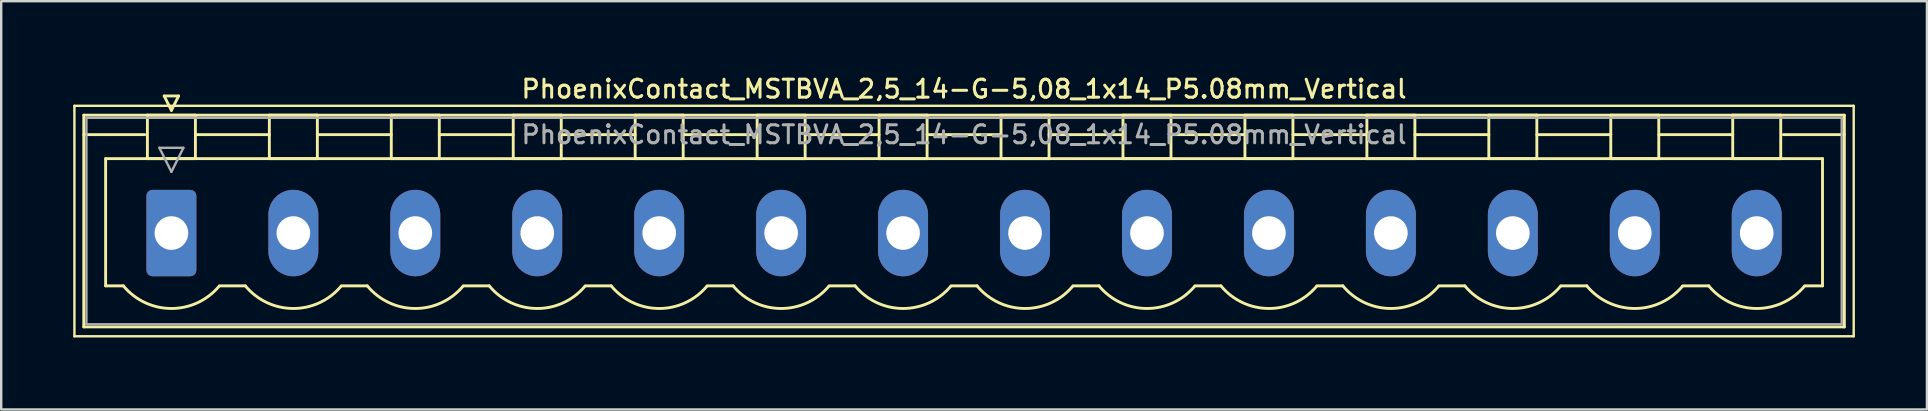
<source format=kicad_pcb>
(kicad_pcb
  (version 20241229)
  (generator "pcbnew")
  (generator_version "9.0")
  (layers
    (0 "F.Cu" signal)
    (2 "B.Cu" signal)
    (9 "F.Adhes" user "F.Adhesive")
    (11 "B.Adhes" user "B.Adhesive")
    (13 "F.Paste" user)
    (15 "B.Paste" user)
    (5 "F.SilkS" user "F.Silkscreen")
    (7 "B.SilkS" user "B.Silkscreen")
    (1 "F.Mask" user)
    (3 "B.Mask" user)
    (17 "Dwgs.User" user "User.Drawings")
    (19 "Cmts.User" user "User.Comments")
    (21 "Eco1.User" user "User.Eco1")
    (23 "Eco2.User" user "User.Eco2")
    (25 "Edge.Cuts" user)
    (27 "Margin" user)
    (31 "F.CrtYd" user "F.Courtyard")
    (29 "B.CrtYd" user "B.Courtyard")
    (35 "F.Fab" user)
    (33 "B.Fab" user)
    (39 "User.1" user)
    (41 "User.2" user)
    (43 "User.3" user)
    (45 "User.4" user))
  (footprint "PhoenixContact_MSTBVA_2,5_14-G-5,08_1x14_P5.08mm_Vertical"
    (layer "F.Cu")
    (at 4.09 6.658)
    (property "Reference" "PhoenixContact_MSTBVA_2,5_14-G-5,08_1x14_P5.08mm_Vertical" (at 33.02 -6 0) (layer "F.SilkS") (effects (font (size 0.75 0.75) (thickness 0.125))))
    (attr through_hole)
    (fp_line (start -4.04 -5.3) (end -4.04 4.3) (stroke (width 0.1) (type solid)) (layer "F.SilkS"))
    (fp_line (start -4.04 4.3) (end 70.08 4.3) (stroke (width 0.1) (type solid)) (layer "F.SilkS"))
    (fp_line (start -3.65 -4.91) (end -3.65 3.91) (stroke (width 0.12) (type solid)) (layer "F.SilkS"))
    (fp_line (start -3.65 -4.1) (end -1.11 -4.1) (stroke (width 0.12) (type solid)) (layer "F.SilkS"))
    (fp_line (start -3.65 3.91) (end 69.69 3.91) (stroke (width 0.12) (type solid)) (layer "F.SilkS"))
    (fp_line (start -2.74 -3.1) (end 68.78 -3.1) (stroke (width 0.12) (type solid)) (layer "F.SilkS"))
    (fp_line (start -2.74 2.2) (end -2.74 -3.1) (stroke (width 0.12) (type solid)) (layer "F.SilkS"))
    (fp_line (start -2 2.2) (end -2.74 2.2) (stroke (width 0.12) (type solid)) (layer "F.SilkS"))
    (fp_line (start -1 -4.91) (end 1 -4.91) (stroke (width 0.12) (type solid)) (layer "F.SilkS"))
    (fp_line (start -1 -3.1) (end -1 -4.91) (stroke (width 0.12) (type solid)) (layer "F.SilkS"))
    (fp_line (start -0.3 -5.71) (end 0.3 -5.71) (stroke (width 0.12) (type solid)) (layer "F.SilkS"))
    (fp_line (start 0 -5.11) (end -0.3 -5.71) (stroke (width 0.12) (type solid)) (layer "F.SilkS"))
    (fp_line (start 0.3 -5.71) (end 0 -5.11) (stroke (width 0.12) (type solid)) (layer "F.SilkS"))
    (fp_line (start 1 -4.91) (end 1 -3.1) (stroke (width 0.12) (type solid)) (layer "F.SilkS"))
    (fp_line (start 1 -4.1) (end 4.08 -4.1) (stroke (width 0.12) (type solid)) (layer "F.SilkS"))
    (fp_line (start 1 -3.1) (end -1 -3.1) (stroke (width 0.12) (type solid)) (layer "F.SilkS"))
    (fp_line (start 2 2.2) (end 3.08 2.2) (stroke (width 0.12) (type solid)) (layer "F.SilkS"))
    (fp_line (start 4.08 -4.91) (end 6.08 -4.91) (stroke (width 0.12) (type solid)) (layer "F.SilkS"))
    (fp_line (start 4.08 -3.1) (end 4.08 -4.91) (stroke (width 0.12) (type solid)) (layer "F.SilkS"))
    (fp_line (start 6.08 -4.91) (end 6.08 -3.1) (stroke (width 0.12) (type solid)) (layer "F.SilkS"))
    (fp_line (start 6.08 -4.1) (end 9.16 -4.1) (stroke (width 0.12) (type solid)) (layer "F.SilkS"))
    (fp_line (start 6.08 -3.1) (end 4.08 -3.1) (stroke (width 0.12) (type solid)) (layer "F.SilkS"))
    (fp_line (start 7.08 2.2) (end 8.16 2.2) (stroke (width 0.12) (type solid)) (layer "F.SilkS"))
    (fp_line (start 9.16 -4.91) (end 11.16 -4.91) (stroke (width 0.12) (type solid)) (layer "F.SilkS"))
    (fp_line (start 9.16 -3.1) (end 9.16 -4.91) (stroke (width 0.12) (type solid)) (layer "F.SilkS"))
    (fp_line (start 11.16 -4.91) (end 11.16 -3.1) (stroke (width 0.12) (type solid)) (layer "F.SilkS"))
    (fp_line (start 11.16 -4.1) (end 14.24 -4.1) (stroke (width 0.12) (type solid)) (layer "F.SilkS"))
    (fp_line (start 11.16 -3.1) (end 9.16 -3.1) (stroke (width 0.12) (type solid)) (layer "F.SilkS"))
    (fp_line (start 12.16 2.2) (end 13.24 2.2) (stroke (width 0.12) (type solid)) (layer "F.SilkS"))
    (fp_line (start 14.24 -4.91) (end 16.24 -4.91) (stroke (width 0.12) (type solid)) (layer "F.SilkS"))
    (fp_line (start 14.24 -3.1) (end 14.24 -4.91) (stroke (width 0.12) (type solid)) (layer "F.SilkS"))
    (fp_line (start 16.24 -4.91) (end 16.24 -3.1) (stroke (width 0.12) (type solid)) (layer "F.SilkS"))
    (fp_line (start 16.24 -4.1) (end 19.32 -4.1) (stroke (width 0.12) (type solid)) (layer "F.SilkS"))
    (fp_line (start 16.24 -3.1) (end 14.24 -3.1) (stroke (width 0.12) (type solid)) (layer "F.SilkS"))
    (fp_line (start 17.24 2.2) (end 18.32 2.2) (stroke (width 0.12) (type solid)) (layer "F.SilkS"))
    (fp_line (start 19.32 -4.91) (end 21.32 -4.91) (stroke (width 0.12) (type solid)) (layer "F.SilkS"))
    (fp_line (start 19.32 -3.1) (end 19.32 -4.91) (stroke (width 0.12) (type solid)) (layer "F.SilkS"))
    (fp_line (start 21.32 -4.91) (end 21.32 -3.1) (stroke (width 0.12) (type solid)) (layer "F.SilkS"))
    (fp_line (start 21.32 -4.1) (end 24.4 -4.1) (stroke (width 0.12) (type solid)) (layer "F.SilkS"))
    (fp_line (start 21.32 -3.1) (end 19.32 -3.1) (stroke (width 0.12) (type solid)) (layer "F.SilkS"))
    (fp_line (start 22.32 2.2) (end 23.4 2.2) (stroke (width 0.12) (type solid)) (layer "F.SilkS"))
    (fp_line (start 24.4 -4.91) (end 26.4 -4.91) (stroke (width 0.12) (type solid)) (layer "F.SilkS"))
    (fp_line (start 24.4 -3.1) (end 24.4 -4.91) (stroke (width 0.12) (type solid)) (layer "F.SilkS"))
    (fp_line (start 26.4 -4.91) (end 26.4 -3.1) (stroke (width 0.12) (type solid)) (layer "F.SilkS"))
    (fp_line (start 26.4 -4.1) (end 29.48 -4.1) (stroke (width 0.12) (type solid)) (layer "F.SilkS"))
    (fp_line (start 26.4 -3.1) (end 24.4 -3.1) (stroke (width 0.12) (type solid)) (layer "F.SilkS"))
    (fp_line (start 27.4 2.2) (end 28.48 2.2) (stroke (width 0.12) (type solid)) (layer "F.SilkS"))
    (fp_line (start 29.48 -4.91) (end 31.48 -4.91) (stroke (width 0.12) (type solid)) (layer "F.SilkS"))
    (fp_line (start 29.48 -3.1) (end 29.48 -4.91) (stroke (width 0.12) (type solid)) (layer "F.SilkS"))
    (fp_line (start 31.48 -4.91) (end 31.48 -3.1) (stroke (width 0.12) (type solid)) (layer "F.SilkS"))
    (fp_line (start 31.48 -4.1) (end 34.56 -4.1) (stroke (width 0.12) (type solid)) (layer "F.SilkS"))
    (fp_line (start 31.48 -3.1) (end 29.48 -3.1) (stroke (width 0.12) (type solid)) (layer "F.SilkS"))
    (fp_line (start 32.48 2.2) (end 33.56 2.2) (stroke (width 0.12) (type solid)) (layer "F.SilkS"))
    (fp_line (start 34.56 -4.91) (end 36.56 -4.91) (stroke (width 0.12) (type solid)) (layer "F.SilkS"))
    (fp_line (start 34.56 -3.1) (end 34.56 -4.91) (stroke (width 0.12) (type solid)) (layer "F.SilkS"))
    (fp_line (start 36.56 -4.91) (end 36.56 -3.1) (stroke (width 0.12) (type solid)) (layer "F.SilkS"))
    (fp_line (start 36.56 -4.1) (end 39.64 -4.1) (stroke (width 0.12) (type solid)) (layer "F.SilkS"))
    (fp_line (start 36.56 -3.1) (end 34.56 -3.1) (stroke (width 0.12) (type solid)) (layer "F.SilkS"))
    (fp_line (start 37.56 2.2) (end 38.64 2.2) (stroke (width 0.12) (type solid)) (layer "F.SilkS"))
    (fp_line (start 39.64 -4.91) (end 41.64 -4.91) (stroke (width 0.12) (type solid)) (layer "F.SilkS"))
    (fp_line (start 39.64 -3.1) (end 39.64 -4.91) (stroke (width 0.12) (type solid)) (layer "F.SilkS"))
    (fp_line (start 41.64 -4.91) (end 41.64 -3.1) (stroke (width 0.12) (type solid)) (layer "F.SilkS"))
    (fp_line (start 41.64 -4.1) (end 44.72 -4.1) (stroke (width 0.12) (type solid)) (layer "F.SilkS"))
    (fp_line (start 41.64 -3.1) (end 39.64 -3.1) (stroke (width 0.12) (type solid)) (layer "F.SilkS"))
    (fp_line (start 42.64 2.2) (end 43.72 2.2) (stroke (width 0.12) (type solid)) (layer "F.SilkS"))
    (fp_line (start 44.72 -4.91) (end 46.72 -4.91) (stroke (width 0.12) (type solid)) (layer "F.SilkS"))
    (fp_line (start 44.72 -3.1) (end 44.72 -4.91) (stroke (width 0.12) (type solid)) (layer "F.SilkS"))
    (fp_line (start 46.72 -4.91) (end 46.72 -3.1) (stroke (width 0.12) (type solid)) (layer "F.SilkS"))
    (fp_line (start 46.72 -4.1) (end 49.8 -4.1) (stroke (width 0.12) (type solid)) (layer "F.SilkS"))
    (fp_line (start 46.72 -3.1) (end 44.72 -3.1) (stroke (width 0.12) (type solid)) (layer "F.SilkS"))
    (fp_line (start 47.72 2.2) (end 48.8 2.2) (stroke (width 0.12) (type solid)) (layer "F.SilkS"))
    (fp_line (start 49.8 -4.91) (end 51.8 -4.91) (stroke (width 0.12) (type solid)) (layer "F.SilkS"))
    (fp_line (start 49.8 -3.1) (end 49.8 -4.91) (stroke (width 0.12) (type solid)) (layer "F.SilkS"))
    (fp_line (start 51.8 -4.91) (end 51.8 -3.1) (stroke (width 0.12) (type solid)) (layer "F.SilkS"))
    (fp_line (start 51.8 -4.1) (end 54.88 -4.1) (stroke (width 0.12) (type solid)) (layer "F.SilkS"))
    (fp_line (start 51.8 -3.1) (end 49.8 -3.1) (stroke (width 0.12) (type solid)) (layer "F.SilkS"))
    (fp_line (start 52.8 2.2) (end 53.88 2.2) (stroke (width 0.12) (type solid)) (layer "F.SilkS"))
    (fp_line (start 54.88 -4.91) (end 56.88 -4.91) (stroke (width 0.12) (type solid)) (layer "F.SilkS"))
    (fp_line (start 54.88 -3.1) (end 54.88 -4.91) (stroke (width 0.12) (type solid)) (layer "F.SilkS"))
    (fp_line (start 56.88 -4.91) (end 56.88 -3.1) (stroke (width 0.12) (type solid)) (layer "F.SilkS"))
    (fp_line (start 56.88 -4.1) (end 59.96 -4.1) (stroke (width 0.12) (type solid)) (layer "F.SilkS"))
    (fp_line (start 56.88 -3.1) (end 54.88 -3.1) (stroke (width 0.12) (type solid)) (layer "F.SilkS"))
    (fp_line (start 57.88 2.2) (end 58.96 2.2) (stroke (width 0.12) (type solid)) (layer "F.SilkS"))
    (fp_line (start 59.96 -4.91) (end 61.96 -4.91) (stroke (width 0.12) (type solid)) (layer "F.SilkS"))
    (fp_line (start 59.96 -3.1) (end 59.96 -4.91) (stroke (width 0.12) (type solid)) (layer "F.SilkS"))
    (fp_line (start 61.96 -4.91) (end 61.96 -3.1) (stroke (width 0.12) (type solid)) (layer "F.SilkS"))
    (fp_line (start 61.96 -4.1) (end 65.04 -4.1) (stroke (width 0.12) (type solid)) (layer "F.SilkS"))
    (fp_line (start 61.96 -3.1) (end 59.96 -3.1) (stroke (width 0.12) (type solid)) (layer "F.SilkS"))
    (fp_line (start 62.96 2.2) (end 64.04 2.2) (stroke (width 0.12) (type solid)) (layer "F.SilkS"))
    (fp_line (start 65.04 -4.91) (end 67.04 -4.91) (stroke (width 0.12) (type solid)) (layer "F.SilkS"))
    (fp_line (start 65.04 -3.1) (end 65.04 -4.91) (stroke (width 0.12) (type solid)) (layer "F.SilkS"))
    (fp_line (start 67.04 -4.91) (end 67.04 -3.1) (stroke (width 0.12) (type solid)) (layer "F.SilkS"))
    (fp_line (start 67.04 -3.1) (end 65.04 -3.1) (stroke (width 0.12) (type solid)) (layer "F.SilkS"))
    (fp_line (start 68.78 -3.1) (end 68.78 2.2) (stroke (width 0.12) (type solid)) (layer "F.SilkS"))
    (fp_line (start 68.78 2.2) (end 68.04 2.2) (stroke (width 0.12) (type solid)) (layer "F.SilkS"))
    (fp_line (start 69.69 -4.91) (end -3.65 -4.91) (stroke (width 0.12) (type solid)) (layer "F.SilkS"))
    (fp_line (start 69.69 -4.1) (end 67.15 -4.1) (stroke (width 0.12) (type solid)) (layer "F.SilkS"))
    (fp_line (start 69.69 3.91) (end 69.69 -4.91) (stroke (width 0.12) (type solid)) (layer "F.SilkS"))
    (fp_line (start 70.08 -5.3) (end -4.04 -5.3) (stroke (width 0.1) (type solid)) (layer "F.SilkS"))
    (fp_line (start 70.08 4.3) (end 70.08 -5.3) (stroke (width 0.1) (type solid)) (layer "F.SilkS"))
    (fp_arc (start 1.986842 2.215821) (mid -0.010289 3.142758) (end -2 2.2) (stroke (width 0.12) (type solid)) (layer "F.SilkS"))
    (fp_arc (start 7.066842 2.215821) (mid 5.069711 3.142758) (end 3.08 2.2) (stroke (width 0.12) (type solid)) (layer "F.SilkS"))
    (fp_arc (start 12.146842 2.215821) (mid 10.149711 3.142758) (end 8.16 2.2) (stroke (width 0.12) (type solid)) (layer "F.SilkS"))
    (fp_arc (start 17.226842 2.215821) (mid 15.229711 3.142758) (end 13.24 2.2) (stroke (width 0.12) (type solid)) (layer "F.SilkS"))
    (fp_arc (start 22.306842 2.215821) (mid 20.309711 3.142758) (end 18.32 2.2) (stroke (width 0.12) (type solid)) (layer "F.SilkS"))
    (fp_arc (start 27.386842 2.215821) (mid 25.389711 3.142758) (end 23.4 2.2) (stroke (width 0.12) (type solid)) (layer "F.SilkS"))
    (fp_arc (start 32.466842 2.215821) (mid 30.469711 3.142758) (end 28.48 2.2) (stroke (width 0.12) (type solid)) (layer "F.SilkS"))
    (fp_arc (start 37.546842 2.215821) (mid 35.549711 3.142758) (end 33.56 2.2) (stroke (width 0.12) (type solid)) (layer "F.SilkS"))
    (fp_arc (start 42.626842 2.215821) (mid 40.629711 3.142758) (end 38.64 2.2) (stroke (width 0.12) (type solid)) (layer "F.SilkS"))
    (fp_arc (start 47.706842 2.215821) (mid 45.709711 3.142758) (end 43.72 2.2) (stroke (width 0.12) (type solid)) (layer "F.SilkS"))
    (fp_arc (start 52.786842 2.215821) (mid 50.789711 3.142758) (end 48.8 2.2) (stroke (width 0.12) (type solid)) (layer "F.SilkS"))
    (fp_arc (start 57.866842 2.215821) (mid 55.869711 3.142758) (end 53.88 2.2) (stroke (width 0.12) (type solid)) (layer "F.SilkS"))
    (fp_arc (start 62.946842 2.215821) (mid 60.949711 3.142758) (end 58.96 2.2) (stroke (width 0.12) (type solid)) (layer "F.SilkS"))
    (fp_arc (start 68.026842 2.215821) (mid 66.029711 3.142758) (end 64.04 2.2) (stroke (width 0.12) (type solid)) (layer "F.SilkS"))
    (fp_line (start -3.54 -4.8) (end -3.54 3.8) (stroke (width 0.1) (type solid)) (layer "F.Fab"))
    (fp_line (start -3.54 3.8) (end 69.58 3.8) (stroke (width 0.1) (type solid)) (layer "F.Fab"))
    (fp_line (start -0.5 -3.55) (end 0.5 -3.55) (stroke (width 0.1) (type solid)) (layer "F.Fab"))
    (fp_line (start 0 -2.55) (end -0.5 -3.55) (stroke (width 0.1) (type solid)) (layer "F.Fab"))
    (fp_line (start 0.5 -3.55) (end 0 -2.55) (stroke (width 0.1) (type solid)) (layer "F.Fab"))
    (fp_line (start 69.58 -4.8) (end -3.54 -4.8) (stroke (width 0.1) (type solid)) (layer "F.Fab"))
    (fp_line (start 69.58 3.8) (end 69.58 -4.8) (stroke (width 0.1) (type solid)) (layer "F.Fab"))
    (fp_text user "${REFERENCE}" (at 33.02 -4.1 0) (layer "F.Fab") (effects (font (size 0.75 0.75) (thickness 0.125))))
    (pad "1" thru_hole roundrect (at 0 0) (size 2.08 3.6) (drill 1.4) (layers "*.Cu" "*.Mask") (roundrect_rratio 0.12))
    (pad "2" thru_hole oval (at 5.08 0) (size 2.08 3.6) (drill 1.4) (layers "*.Cu" "*.Mask"))
    (pad "3" thru_hole oval (at 10.16 0) (size 2.08 3.6) (drill 1.4) (layers "*.Cu" "*.Mask"))
    (pad "4" thru_hole oval (at 15.24 0) (size 2.08 3.6) (drill 1.4) (layers "*.Cu" "*.Mask"))
    (pad "5" thru_hole oval (at 20.32 0) (size 2.08 3.6) (drill 1.4) (layers "*.Cu" "*.Mask"))
    (pad "6" thru_hole oval (at 25.4 0) (size 2.08 3.6) (drill 1.4) (layers "*.Cu" "*.Mask"))
    (pad "7" thru_hole oval (at 30.48 0) (size 2.08 3.6) (drill 1.4) (layers "*.Cu" "*.Mask"))
    (pad "8" thru_hole oval (at 35.56 0) (size 2.08 3.6) (drill 1.4) (layers "*.Cu" "*.Mask"))
    (pad "9" thru_hole oval (at 40.64 0) (size 2.08 3.6) (drill 1.4) (layers "*.Cu" "*.Mask"))
    (pad "10" thru_hole oval (at 45.72 0) (size 2.08 3.6) (drill 1.4) (layers "*.Cu" "*.Mask"))
    (pad "11" thru_hole oval (at 50.8 0) (size 2.08 3.6) (drill 1.4) (layers "*.Cu" "*.Mask"))
    (pad "12" thru_hole oval (at 55.88 0) (size 2.08 3.6) (drill 1.4) (layers "*.Cu" "*.Mask"))
    (pad "13" thru_hole oval (at 60.96 0) (size 2.08 3.6) (drill 1.4) (layers "*.Cu" "*.Mask"))
    (pad "14" thru_hole oval (at 66.04 0) (size 2.08 3.6) (drill 1.4) (layers "*.Cu" "*.Mask")))
  (gr_rect
    (start -3 -3)
    (end 77.22 14.008)
    (stroke (width 0.1) (type default))
    (fill no)
    (layer "Edge.Cuts")))
</source>
